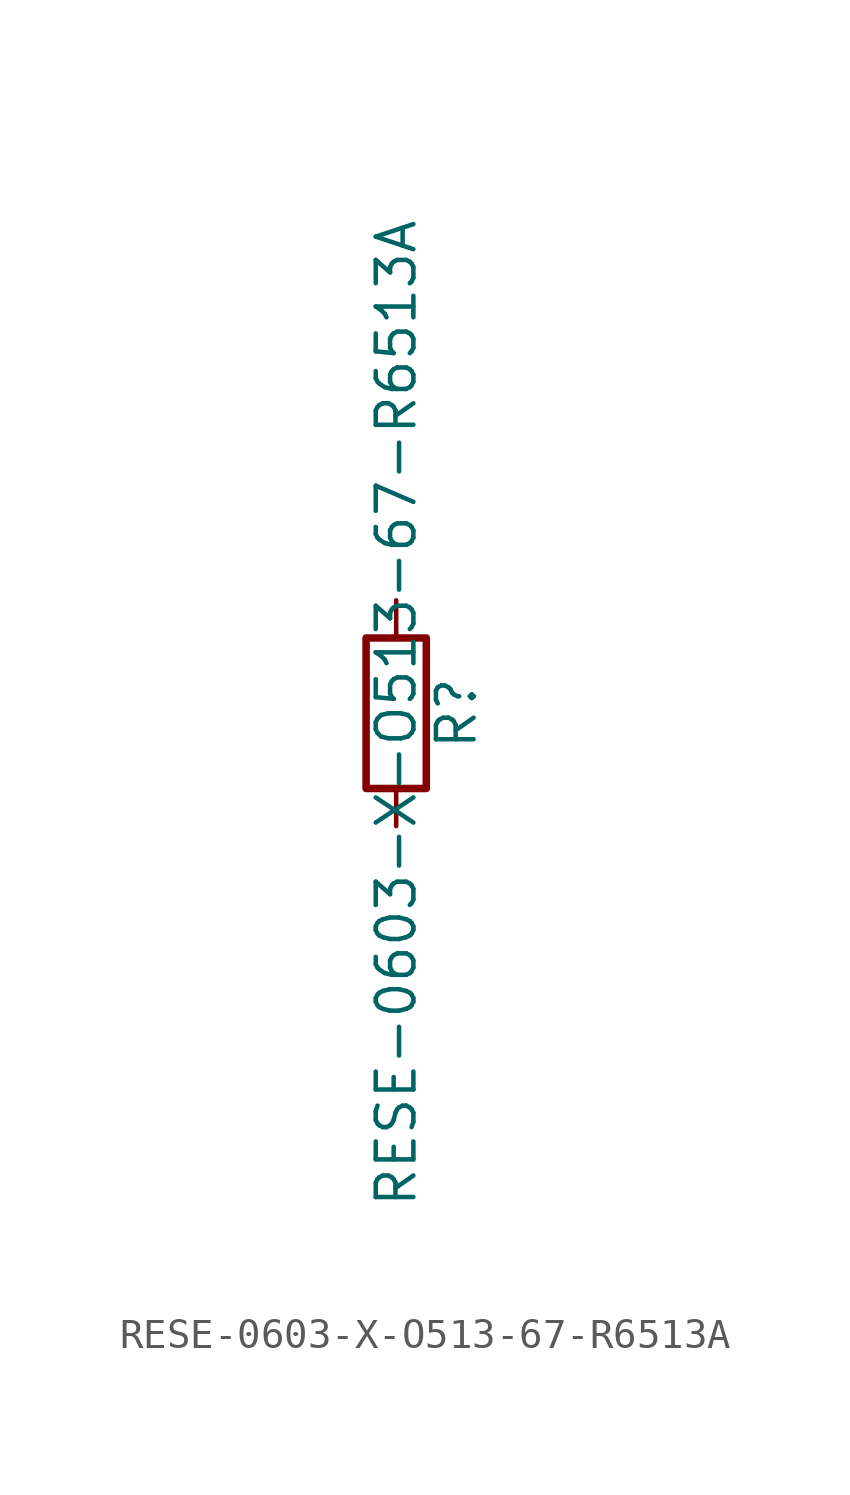
<source format=kicad_sym>
(kicad_symbol_lib
  (version 20211014)
  (generator kicad_symbol_editor)
  (symbol "RESE-0603-X-O513-67-R6513A"
    (pin_numbers hide)
    (pin_names
      (offset 0))
    (property "Reference" "R"
      (at 2.032 0 90)
      (effects (font (size 1.27 1.27))))
    (property "Value" "RESE-0603-X-O513-67-R6513A"
      (at 0 0 90)
      (effects (font (size 1.27 1.27))))
    (symbol "RESE-0603-X-O513-67-R6513A_0_1"
      (rectangle (start -1.016 -2.54) (end 1.016 2.54) (stroke (width 0.254) (type default) (color 0 0 0 0)) (fill (type none))))
    (symbol "RESE-0603-X-O513-67-R6513A_1_1"
      (pin passive line (at 0 3.81 270) (length 1.27) (name "~" (effects (font (size 1.27 1.27)))) (number "1" (effects (font (size 1.27 1.27)))))
      (pin passive line (at 0 -3.81 90) (length 1.27) (name "~" (effects (font (size 1.27 1.27)))) (number "2" (effects (font (size 1.27 1.27))))))))
</source>
